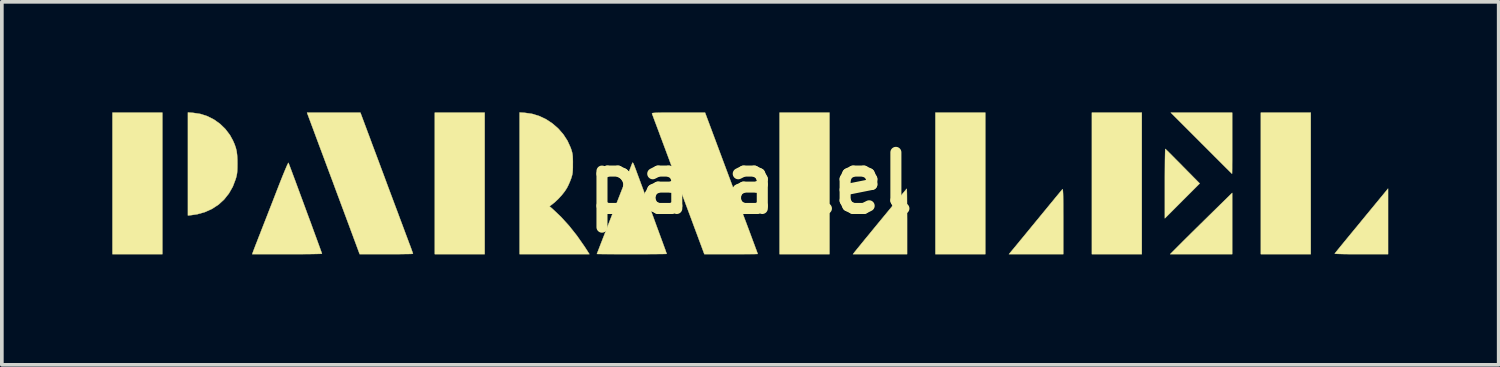
<source format=kicad_pcb>
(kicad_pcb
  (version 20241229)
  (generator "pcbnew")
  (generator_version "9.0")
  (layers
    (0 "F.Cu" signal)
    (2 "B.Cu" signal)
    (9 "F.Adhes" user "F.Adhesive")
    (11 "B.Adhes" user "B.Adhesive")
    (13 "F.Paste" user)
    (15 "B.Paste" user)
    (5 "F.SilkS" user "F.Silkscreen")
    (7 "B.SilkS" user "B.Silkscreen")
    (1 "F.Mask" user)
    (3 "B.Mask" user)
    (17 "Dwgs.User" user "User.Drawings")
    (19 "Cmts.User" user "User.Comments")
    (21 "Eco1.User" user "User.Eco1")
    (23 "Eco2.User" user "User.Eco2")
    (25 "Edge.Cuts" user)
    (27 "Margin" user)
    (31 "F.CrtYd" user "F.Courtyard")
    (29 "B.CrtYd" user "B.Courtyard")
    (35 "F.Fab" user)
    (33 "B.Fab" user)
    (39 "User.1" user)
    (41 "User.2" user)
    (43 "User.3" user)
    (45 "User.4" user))
  (footprint "parallel"
    (layer "F.Cu")
    (at 17.328 1.923)
    (property "Reference" "parallel" (at 0 0 0) (layer "F.SilkS") (effects (font (size 1.524 1.524) (thickness 0.3))))
    (attr through_hole)
    (fp_poly (pts (xy -15.968 1.93) (xy -17.323 1.93) (xy -17.323 -1.913) (xy -15.968 -1.913) (xy -15.968 1.93)) (stroke (width 0.01) (type solid)) (fill yes) (layer "F.SilkS"))
    (fp_poly (pts (xy -7.214 1.93) (xy -8.568 1.93) (xy -8.568 -1.913) (xy -7.214 -1.913) (xy -7.214 1.93)) (stroke (width 0.01) (type solid)) (fill yes) (layer "F.SilkS"))
    (fp_poly (pts (xy 2.151 1.93) (xy 0.796 1.93) (xy 0.796 -1.913) (xy 2.151 -1.913) (xy 2.151 1.93)) (stroke (width 0.01) (type solid)) (fill yes) (layer "F.SilkS"))
    (fp_poly (pts (xy 6.384 1.93) (xy 5.029 1.93) (xy 5.029 -1.913) (xy 6.384 -1.913) (xy 6.384 1.93)) (stroke (width 0.01) (type solid)) (fill yes) (layer "F.SilkS"))
    (fp_poly (pts (xy 10.634 1.93) (xy 9.279 1.93) (xy 9.279 -1.913) (xy 10.634 -1.913) (xy 10.634 1.93)) (stroke (width 0.01) (type solid)) (fill yes) (layer "F.SilkS"))
    (fp_poly (pts (xy 15.223 1.93) (xy 13.868 1.93) (xy 13.868 -1.913) (xy 15.223 -1.913) (xy 15.223 1.93)) (stroke (width 0.01) (type solid)) (fill yes) (layer "F.SilkS"))
    (fp_poly (pts (xy 13.089 1.93) (xy 11.405 1.93) (xy 11.625 1.709) (xy 11.682 1.652) (xy 11.759 1.575) (xy 11.854 1.481) (xy 11.963 1.373) (xy 12.082 1.256) (xy 12.208 1.132) (xy 12.338 1.004) (xy 12.467 0.877) (xy 13.089 0.267) (xy 13.089 1.93)) (stroke (width 0.01) (type solid)) (fill yes) (layer "F.SilkS"))
    (fp_poly (pts (xy 17.323 1.93) (xy 16.594 1.93) (xy 16.398 1.93) (xy 16.232 1.929) (xy 16.097 1.927) (xy 15.994 1.924) (xy 15.922 1.921) (xy 15.882 1.917) (xy 15.875 1.914) (xy 15.887 1.898) (xy 15.919 1.859) (xy 15.969 1.797) (xy 16.035 1.716) (xy 16.115 1.618) (xy 16.208 1.505) (xy 16.312 1.378) (xy 16.425 1.241) (xy 16.545 1.096) (xy 16.604 1.023) (xy 17.323 0.15) (xy 17.323 1.93)) (stroke (width 0.01) (type solid)) (fill yes) (layer "F.SilkS"))
    (fp_poly (pts (xy 11.288 -0.916) (xy 11.324 -0.881) (xy 11.378 -0.828) (xy 11.448 -0.758) (xy 11.53 -0.675) (xy 11.624 -0.581) (xy 11.725 -0.479) (xy 11.747 -0.456) (xy 12.207 0.01) (xy 11.734 0.483) (xy 11.261 0.957) (xy 11.261 0.011) (xy 11.261 -0.164) (xy 11.262 -0.328) (xy 11.263 -0.479) (xy 11.264 -0.613) (xy 11.266 -0.727) (xy 11.268 -0.819) (xy 11.27 -0.885) (xy 11.272 -0.921) (xy 11.274 -0.929) (xy 11.288 -0.916)) (stroke (width 0.01) (type solid)) (fill yes) (layer "F.SilkS"))
    (fp_poly (pts (xy 13.089 -1.084) (xy 13.089 -0.92) (xy 13.089 -0.766) (xy 13.089 -0.627) (xy 13.088 -0.505) (xy 13.088 -0.404) (xy 13.087 -0.326) (xy 13.086 -0.275) (xy 13.085 -0.254) (xy 13.085 -0.254) (xy 13.073 -0.266) (xy 13.038 -0.299) (xy 12.984 -0.353) (xy 12.911 -0.425) (xy 12.823 -0.513) (xy 12.72 -0.616) (xy 12.604 -0.731) (xy 12.479 -0.856) (xy 12.345 -0.99) (xy 12.251 -1.084) (xy 11.422 -1.913) (xy 13.089 -1.913) (xy 13.089 -1.084)) (stroke (width 0.01) (type solid)) (fill yes) (layer "F.SilkS"))
    (fp_poly (pts (xy -15.134 -1.908) (xy -14.935 -1.878) (xy -14.744 -1.816) (xy -14.565 -1.725) (xy -14.401 -1.608) (xy -14.256 -1.467) (xy -14.133 -1.305) (xy -14.052 -1.158) (xy -14.007 -1.055) (xy -13.974 -0.961) (xy -13.951 -0.866) (xy -13.938 -0.762) (xy -13.931 -0.641) (xy -13.93 -0.525) (xy -13.931 -0.42) (xy -13.934 -0.34) (xy -13.939 -0.276) (xy -13.948 -0.221) (xy -13.961 -0.165) (xy -13.977 -0.11) (xy -14.055 0.096) (xy -14.16 0.28) (xy -14.289 0.443) (xy -14.44 0.582) (xy -14.613 0.696) (xy -14.805 0.784) (xy -15.014 0.844) (xy -15.185 0.87) (xy -15.274 0.879) (xy -15.274 -1.918) (xy -15.134 -1.908)) (stroke (width 0.01) (type solid)) (fill yes) (layer "F.SilkS"))
    (fp_poly (pts (xy 4.252 0.17) (xy 4.253 0.217) (xy 4.255 0.291) (xy 4.256 0.39) (xy 4.257 0.511) (xy 4.258 0.649) (xy 4.258 0.803) (xy 4.259 0.969) (xy 4.259 1.041) (xy 4.259 1.93) (xy 2.79 1.93) (xy 2.83 1.879) (xy 2.859 1.843) (xy 2.905 1.785) (xy 2.967 1.71) (xy 3.041 1.619) (xy 3.126 1.514) (xy 3.221 1.4) (xy 3.321 1.277) (xy 3.426 1.149) (xy 3.533 1.019) (xy 3.64 0.889) (xy 3.746 0.761) (xy 3.846 0.639) (xy 3.941 0.525) (xy 4.026 0.421) (xy 4.101 0.331) (xy 4.163 0.256) (xy 4.21 0.2) (xy 4.24 0.165) (xy 4.25 0.154) (xy 4.252 0.17)) (stroke (width 0.01) (type solid)) (fill yes) (layer "F.SilkS"))
    (fp_poly (pts (xy 8.487 0.177) (xy 8.49 0.199) (xy 8.493 0.236) (xy 8.496 0.291) (xy 8.498 0.367) (xy 8.499 0.464) (xy 8.5 0.588) (xy 8.5 0.738) (xy 8.501 0.919) (xy 8.501 1.038) (xy 8.501 1.93) (xy 7.026 1.93) (xy 7.219 1.698) (xy 7.27 1.636) (xy 7.339 1.551) (xy 7.424 1.449) (xy 7.52 1.332) (xy 7.625 1.204) (xy 7.735 1.07) (xy 7.848 0.933) (xy 7.932 0.83) (xy 8.037 0.703) (xy 8.135 0.583) (xy 8.226 0.473) (xy 8.305 0.376) (xy 8.373 0.295) (xy 8.425 0.232) (xy 8.461 0.189) (xy 8.477 0.17) (xy 8.477 0.17) (xy 8.482 0.168) (xy 8.487 0.177)) (stroke (width 0.01) (type solid)) (fill yes) (layer "F.SilkS"))
    (fp_poly (pts (xy -6.126 -1.909) (xy -5.924 -1.88) (xy -5.729 -1.82) (xy -5.544 -1.732) (xy -5.371 -1.617) (xy -5.215 -1.481) (xy -5.078 -1.324) (xy -4.965 -1.15) (xy -4.879 -0.961) (xy -4.857 -0.897) (xy -4.841 -0.842) (xy -4.83 -0.79) (xy -4.823 -0.733) (xy -4.82 -0.664) (xy -4.818 -0.573) (xy -4.819 -0.516) (xy -4.819 -0.414) (xy -4.822 -0.337) (xy -4.827 -0.277) (xy -4.836 -0.226) (xy -4.85 -0.175) (xy -4.865 -0.127) (xy -4.898 -0.041) (xy -4.939 0.052) (xy -4.98 0.133) (xy -5.039 0.224) (xy -5.118 0.324) (xy -5.208 0.423) (xy -5.3 0.511) (xy -5.371 0.569) (xy -5.453 0.63) (xy -5.364 0.707) (xy -5.141 0.918) (xy -4.921 1.16) (xy -4.706 1.431) (xy -4.498 1.729) (xy -4.447 1.808) (xy -4.369 1.93) (xy -6.265 1.93) (xy -6.265 -1.918) (xy -6.126 -1.909)) (stroke (width 0.01) (type solid)) (fill yes) (layer "F.SilkS"))
    (fp_poly (pts (xy -12.536 -0.531) (xy -12.517 -0.483) (xy -12.489 -0.409) (xy -12.453 -0.313) (xy -12.41 -0.197) (xy -12.36 -0.064) (xy -12.306 0.083) (xy -12.248 0.24) (xy -12.187 0.405) (xy -12.124 0.575) (xy -12.061 0.747) (xy -11.998 0.918) (xy -11.936 1.084) (xy -11.878 1.244) (xy -11.823 1.394) (xy -11.773 1.53) (xy -11.729 1.651) (xy -11.692 1.753) (xy -11.663 1.833) (xy -11.643 1.888) (xy -11.634 1.915) (xy -11.633 1.918) (xy -11.65 1.92) (xy -11.697 1.922) (xy -11.772 1.924) (xy -11.872 1.926) (xy -11.993 1.928) (xy -12.134 1.929) (xy -12.29 1.93) (xy -12.458 1.93) (xy -12.581 1.93) (xy -13.528 1.93) (xy -13.505 1.867) (xy -13.493 1.835) (xy -13.471 1.777) (xy -13.44 1.695) (xy -13.401 1.597) (xy -13.358 1.484) (xy -13.31 1.364) (xy -13.297 1.329) (xy -13.249 1.206) (xy -13.191 1.058) (xy -13.126 0.892) (xy -13.057 0.714) (xy -12.985 0.531) (xy -12.915 0.35) (xy -12.848 0.177) (xy -12.834 0.141) (xy -12.77 -0.022) (xy -12.712 -0.168) (xy -12.661 -0.293) (xy -12.618 -0.396) (xy -12.584 -0.475) (xy -12.559 -0.527) (xy -12.546 -0.55) (xy -12.543 -0.55) (xy -12.536 -0.531)) (stroke (width 0.01) (type solid)) (fill yes) (layer "F.SilkS"))
    (fp_poly (pts (xy -10.426 -1.477) (xy -10.394 -1.39) (xy -10.35 -1.274) (xy -10.298 -1.133) (xy -10.238 -0.972) (xy -10.171 -0.794) (xy -10.099 -0.602) (xy -10.024 -0.4) (xy -9.946 -0.192) (xy -9.868 0.019) (xy -9.796 0.212) (xy -9.72 0.415) (xy -9.646 0.613) (xy -9.574 0.804) (xy -9.507 0.985) (xy -9.444 1.152) (xy -9.388 1.303) (xy -9.339 1.434) (xy -9.298 1.543) (xy -9.267 1.627) (xy -9.246 1.682) (xy -9.244 1.686) (xy -9.214 1.767) (xy -9.189 1.836) (xy -9.171 1.888) (xy -9.162 1.916) (xy -9.161 1.919) (xy -9.177 1.921) (xy -9.224 1.924) (xy -9.298 1.926) (xy -9.395 1.927) (xy -9.512 1.929) (xy -9.646 1.93) (xy -9.792 1.93) (xy -9.885 1.93) (xy -10.609 1.93) (xy -10.739 1.579) (xy -10.765 1.51) (xy -10.801 1.412) (xy -10.847 1.288) (xy -10.901 1.142) (xy -10.963 0.976) (xy -11.031 0.793) (xy -11.104 0.597) (xy -11.181 0.39) (xy -11.261 0.176) (xy -11.342 -0.044) (xy -11.405 -0.212) (xy -11.485 -0.426) (xy -11.562 -0.633) (xy -11.636 -0.832) (xy -11.706 -1.018) (xy -11.77 -1.19) (xy -11.828 -1.346) (xy -11.878 -1.482) (xy -11.921 -1.596) (xy -11.954 -1.686) (xy -11.978 -1.749) (xy -11.99 -1.782) (xy -12.039 -1.913) (xy -10.589 -1.913) (xy -10.426 -1.477)) (stroke (width 0.01) (type solid)) (fill yes) (layer "F.SilkS"))
    (fp_poly (pts (xy -3.18 -0.541) (xy -3.16 -0.498) (xy -3.137 -0.438) (xy -3.104 -0.351) (xy -3.064 -0.242) (xy -3.017 -0.116) (xy -2.965 0.025) (xy -2.908 0.178) (xy -2.848 0.341) (xy -2.786 0.509) (xy -2.723 0.68) (xy -2.66 0.851) (xy -2.598 1.02) (xy -2.539 1.183) (xy -2.482 1.337) (xy -2.43 1.479) (xy -2.383 1.606) (xy -2.343 1.716) (xy -2.31 1.806) (xy -2.287 1.872) (xy -2.273 1.911) (xy -2.269 1.921) (xy -2.285 1.923) (xy -2.333 1.925) (xy -2.408 1.926) (xy -2.508 1.927) (xy -2.629 1.928) (xy -2.77 1.929) (xy -2.926 1.93) (xy -3.094 1.93) (xy -3.217 1.93) (xy -3.393 1.93) (xy -3.558 1.93) (xy -3.71 1.929) (xy -3.845 1.929) (xy -3.96 1.928) (xy -4.053 1.927) (xy -4.119 1.926) (xy -4.158 1.925) (xy -4.166 1.924) (xy -4.16 1.908) (xy -4.142 1.862) (xy -4.114 1.79) (xy -4.077 1.694) (xy -4.031 1.575) (xy -3.977 1.437) (xy -3.917 1.283) (xy -3.851 1.113) (xy -3.78 0.932) (xy -3.705 0.74) (xy -3.69 0.701) (xy -3.614 0.507) (xy -3.542 0.322) (xy -3.474 0.148) (xy -3.411 -0.012) (xy -3.355 -0.156) (xy -3.306 -0.282) (xy -3.265 -0.386) (xy -3.234 -0.467) (xy -3.213 -0.521) (xy -3.202 -0.547) (xy -3.202 -0.548) (xy -3.193 -0.556) (xy -3.18 -0.541)) (stroke (width 0.01) (type solid)) (fill yes) (layer "F.SilkS"))
    (fp_poly (pts (xy -1.228 -1.913) (xy -0.967 -1.215) (xy -0.916 -1.079) (xy -0.855 -0.915) (xy -0.786 -0.73) (xy -0.71 -0.526) (xy -0.629 -0.31) (xy -0.545 -0.085) (xy -0.46 0.143) (xy -0.375 0.37) (xy -0.292 0.592) (xy -0.252 0.7) (xy -0.18 0.894) (xy -0.111 1.078) (xy -0.046 1.251) (xy 0.013 1.409) (xy 0.065 1.551) (xy 0.111 1.673) (xy 0.148 1.774) (xy 0.177 1.851) (xy 0.195 1.902) (xy 0.203 1.923) (xy 0.203 1.924) (xy 0.187 1.925) (xy 0.14 1.927) (xy 0.066 1.928) (xy -0.031 1.929) (xy -0.148 1.929) (xy -0.282 1.93) (xy -0.429 1.93) (xy -0.522 1.93) (xy -1.247 1.93) (xy -1.333 1.698) (xy -1.354 1.642) (xy -1.385 1.559) (xy -1.425 1.45) (xy -1.474 1.319) (xy -1.53 1.169) (xy -1.591 1.003) (xy -1.657 0.826) (xy -1.727 0.639) (xy -1.799 0.446) (xy -1.845 0.322) (xy -1.921 0.117) (xy -1.999 -0.092) (xy -2.077 -0.3) (xy -2.153 -0.504) (xy -2.225 -0.699) (xy -2.293 -0.881) (xy -2.354 -1.045) (xy -2.407 -1.187) (xy -2.451 -1.304) (xy -2.463 -1.338) (xy -2.51 -1.464) (xy -2.554 -1.581) (xy -2.593 -1.684) (xy -2.625 -1.77) (xy -2.649 -1.835) (xy -2.664 -1.874) (xy -2.667 -1.884) (xy -2.669 -1.891) (xy -2.664 -1.897) (xy -2.651 -1.902) (xy -2.627 -1.905) (xy -2.588 -1.908) (xy -2.532 -1.91) (xy -2.456 -1.912) (xy -2.356 -1.913) (xy -2.231 -1.913) (xy -2.076 -1.913) (xy -1.953 -1.913) (xy -1.228 -1.913)) (stroke (width 0.01) (type solid)) (fill yes) (layer "F.SilkS")))
  (gr_rect
    (start -3 -3)
    (end 37.656 6.859)
    (stroke (width 0.1) (type default))
    (fill no)
    (layer "Edge.Cuts")))
</source>
